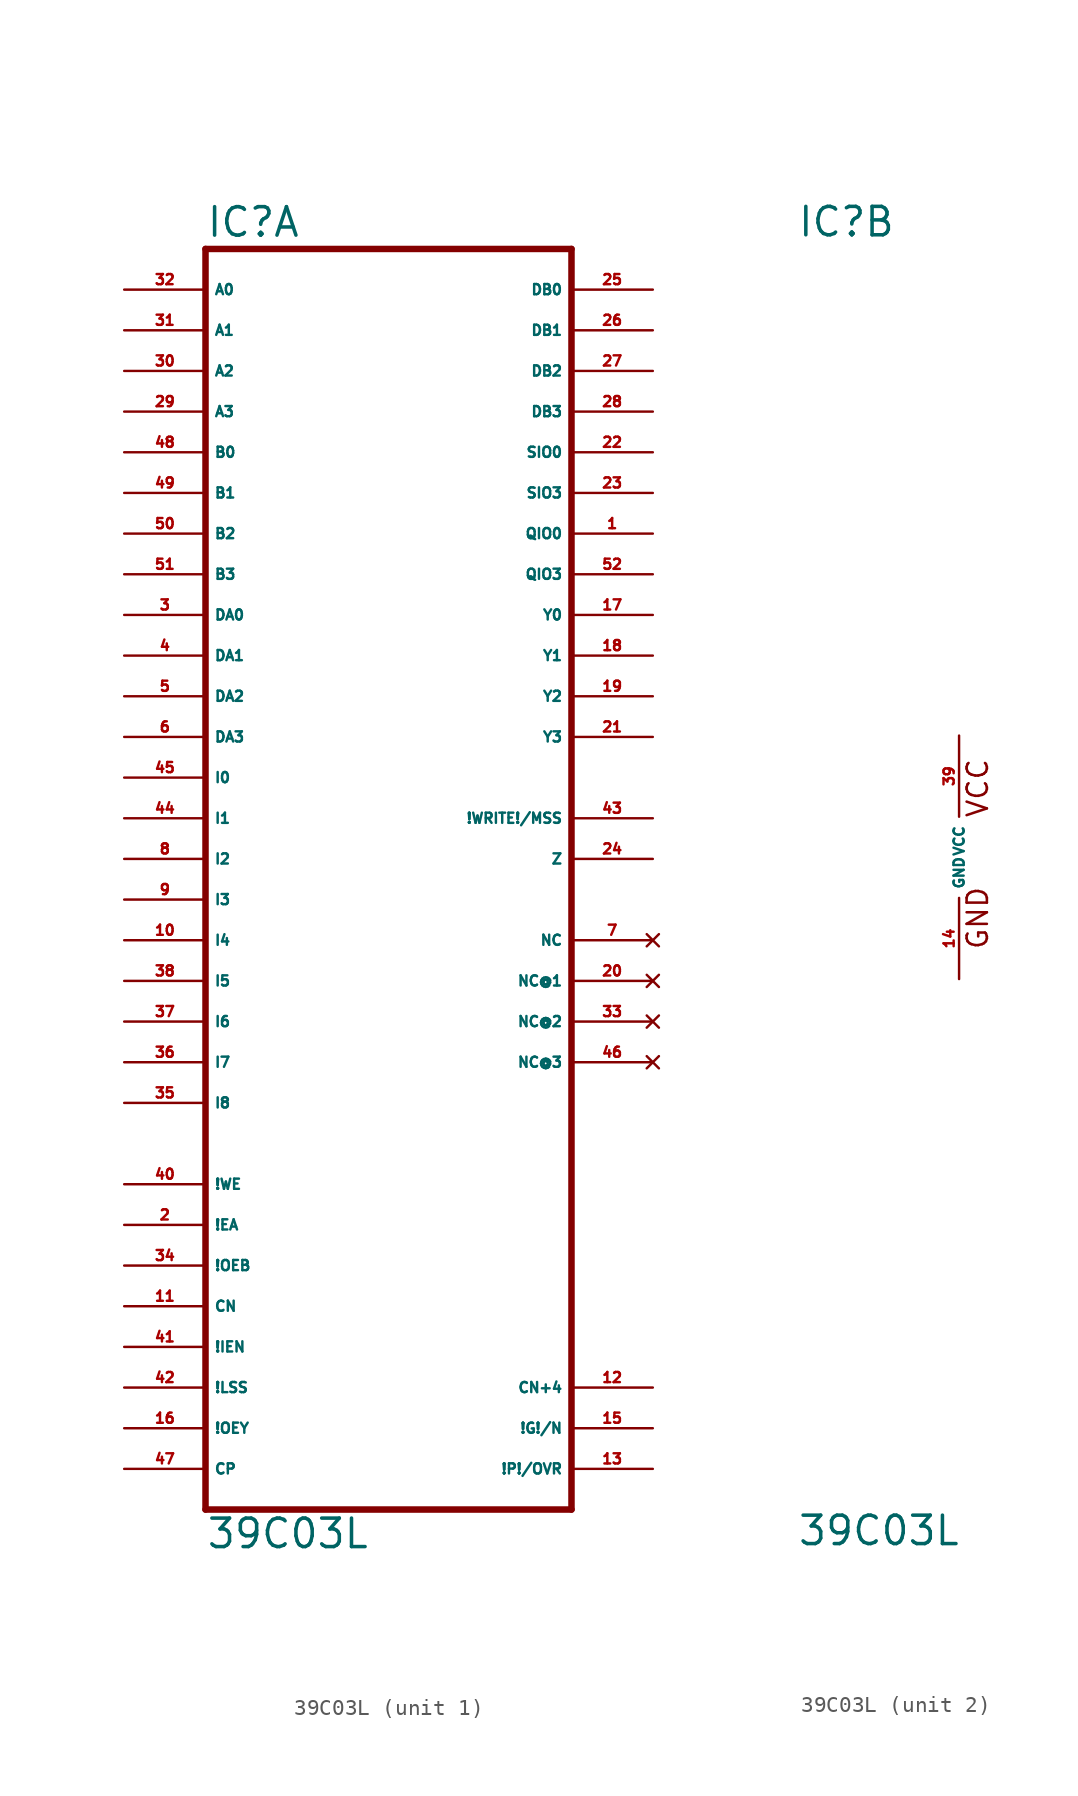
<source format=kicad_sym>
(kicad_symbol_lib
  (version 20220914)
  (generator Eagle2Kicad)
  (symbol "39C03L"
    (property "Reference" "IC"
      (at -10.16 38.735 0)
      (effects (font (size 1.778 1.778) (thickness 0.22)) (justify left bottom)))
    (property "Value" "39C03L"
      (at -10.16 -43.18 0)
      (effects (font (size 1.778 1.778) (thickness 0.22)) (justify left bottom)))
    (symbol "39C03L_1_0"
      (polyline (pts (xy -10.16 -40.64) (xy 12.7 -40.64)) (stroke (width 0.406) (type default)) (fill (type none)))
      (polyline (pts (xy 12.7 -40.64) (xy 12.7 38.1)) (stroke (width 0.406) (type default)) (fill (type none)))
      (polyline (pts (xy 12.7 38.1) (xy -10.16 38.1)) (stroke (width 0.406) (type default)) (fill (type none)))
      (polyline (pts (xy -10.16 38.1) (xy -10.16 -40.64)) (stroke (width 0.406) (type default)) (fill (type none)))
      (pin input line (at -15.24 35.56 0) (length 5.08) (name "A0" (effects (font (size 0.635 0.635) (thickness 0.08)) (justify left bottom))) (number "32" (effects (font (size 0.635 0.635) (thickness 0.08)) (justify left bottom))))
      (pin input line (at -15.24 33.02 0) (length 5.08) (name "A1" (effects (font (size 0.635 0.635) (thickness 0.08)) (justify left bottom))) (number "31" (effects (font (size 0.635 0.635) (thickness 0.08)) (justify left bottom))))
      (pin input line (at -15.24 30.48 0) (length 5.08) (name "A2" (effects (font (size 0.635 0.635) (thickness 0.08)) (justify left bottom))) (number "30" (effects (font (size 0.635 0.635) (thickness 0.08)) (justify left bottom))))
      (pin input line (at -15.24 27.94 0) (length 5.08) (name "A3" (effects (font (size 0.635 0.635) (thickness 0.08)) (justify left bottom))) (number "29" (effects (font (size 0.635 0.635) (thickness 0.08)) (justify left bottom))))
      (pin input line (at -15.24 25.4 0) (length 5.08) (name "B0" (effects (font (size 0.635 0.635) (thickness 0.08)) (justify left bottom))) (number "48" (effects (font (size 0.635 0.635) (thickness 0.08)) (justify left bottom))))
      (pin input line (at -15.24 22.86 0) (length 5.08) (name "B1" (effects (font (size 0.635 0.635) (thickness 0.08)) (justify left bottom))) (number "49" (effects (font (size 0.635 0.635) (thickness 0.08)) (justify left bottom))))
      (pin input line (at -15.24 20.32 0) (length 5.08) (name "B2" (effects (font (size 0.635 0.635) (thickness 0.08)) (justify left bottom))) (number "50" (effects (font (size 0.635 0.635) (thickness 0.08)) (justify left bottom))))
      (pin input line (at -15.24 17.78 0) (length 5.08) (name "B3" (effects (font (size 0.635 0.635) (thickness 0.08)) (justify left bottom))) (number "51" (effects (font (size 0.635 0.635) (thickness 0.08)) (justify left bottom))))
      (pin input line (at -15.24 15.24 0) (length 5.08) (name "DA0" (effects (font (size 0.635 0.635) (thickness 0.08)) (justify left bottom))) (number "3" (effects (font (size 0.635 0.635) (thickness 0.08)) (justify left bottom))))
      (pin input line (at -15.24 12.7 0) (length 5.08) (name "DA1" (effects (font (size 0.635 0.635) (thickness 0.08)) (justify left bottom))) (number "4" (effects (font (size 0.635 0.635) (thickness 0.08)) (justify left bottom))))
      (pin input line (at -15.24 10.16 0) (length 5.08) (name "DA2" (effects (font (size 0.635 0.635) (thickness 0.08)) (justify left bottom))) (number "5" (effects (font (size 0.635 0.635) (thickness 0.08)) (justify left bottom))))
      (pin input line (at -15.24 7.62 0) (length 5.08) (name "DA3" (effects (font (size 0.635 0.635) (thickness 0.08)) (justify left bottom))) (number "6" (effects (font (size 0.635 0.635) (thickness 0.08)) (justify left bottom))))
      (pin input line (at -15.24 -20.32 0) (length 5.08) (name "!WE" (effects (font (size 0.635 0.635) (thickness 0.08)) (justify left bottom))) (number "40" (effects (font (size 0.635 0.635) (thickness 0.08)) (justify left bottom))))
      (pin input line (at -15.24 -22.86 0) (length 5.08) (name "!EA" (effects (font (size 0.635 0.635) (thickness 0.08)) (justify left bottom))) (number "2" (effects (font (size 0.635 0.635) (thickness 0.08)) (justify left bottom))))
      (pin input line (at -15.24 -25.4 0) (length 5.08) (name "!OEB" (effects (font (size 0.635 0.635) (thickness 0.08)) (justify left bottom))) (number "34" (effects (font (size 0.635 0.635) (thickness 0.08)) (justify left bottom))))
      (pin input line (at -15.24 -27.94 0) (length 5.08) (name "CN" (effects (font (size 0.635 0.635) (thickness 0.08)) (justify left bottom))) (number "11" (effects (font (size 0.635 0.635) (thickness 0.08)) (justify left bottom))))
      (pin input line (at -15.24 5.08 0) (length 5.08) (name "I0" (effects (font (size 0.635 0.635) (thickness 0.08)) (justify left bottom))) (number "45" (effects (font (size 0.635 0.635) (thickness 0.08)) (justify left bottom))))
      (pin input line (at -15.24 2.54 0) (length 5.08) (name "I1" (effects (font (size 0.635 0.635) (thickness 0.08)) (justify left bottom))) (number "44" (effects (font (size 0.635 0.635) (thickness 0.08)) (justify left bottom))))
      (pin input line (at -15.24 0 0) (length 5.08) (name "I2" (effects (font (size 0.635 0.635) (thickness 0.08)) (justify left bottom))) (number "8" (effects (font (size 0.635 0.635) (thickness 0.08)) (justify left bottom))))
      (pin input line (at -15.24 -2.54 0) (length 5.08) (name "I3" (effects (font (size 0.635 0.635) (thickness 0.08)) (justify left bottom))) (number "9" (effects (font (size 0.635 0.635) (thickness 0.08)) (justify left bottom))))
      (pin input line (at -15.24 -5.08 0) (length 5.08) (name "I4" (effects (font (size 0.635 0.635) (thickness 0.08)) (justify left bottom))) (number "10" (effects (font (size 0.635 0.635) (thickness 0.08)) (justify left bottom))))
      (pin input line (at -15.24 -7.62 0) (length 5.08) (name "I5" (effects (font (size 0.635 0.635) (thickness 0.08)) (justify left bottom))) (number "38" (effects (font (size 0.635 0.635) (thickness 0.08)) (justify left bottom))))
      (pin input line (at -15.24 -10.16 0) (length 5.08) (name "I6" (effects (font (size 0.635 0.635) (thickness 0.08)) (justify left bottom))) (number "37" (effects (font (size 0.635 0.635) (thickness 0.08)) (justify left bottom))))
      (pin input line (at -15.24 -12.7 0) (length 5.08) (name "I7" (effects (font (size 0.635 0.635) (thickness 0.08)) (justify left bottom))) (number "36" (effects (font (size 0.635 0.635) (thickness 0.08)) (justify left bottom))))
      (pin input line (at -15.24 -15.24 0) (length 5.08) (name "I8" (effects (font (size 0.635 0.635) (thickness 0.08)) (justify left bottom))) (number "35" (effects (font (size 0.635 0.635) (thickness 0.08)) (justify left bottom))))
      (pin input line (at -15.24 -30.48 0) (length 5.08) (name "!IEN" (effects (font (size 0.635 0.635) (thickness 0.08)) (justify left bottom))) (number "41" (effects (font (size 0.635 0.635) (thickness 0.08)) (justify left bottom))))
      (pin input line (at -15.24 -33.02 0) (length 5.08) (name "!LSS" (effects (font (size 0.635 0.635) (thickness 0.08)) (justify left bottom))) (number "42" (effects (font (size 0.635 0.635) (thickness 0.08)) (justify left bottom))))
      (pin input line (at -15.24 -35.56 0) (length 5.08) (name "!OEY" (effects (font (size 0.635 0.635) (thickness 0.08)) (justify left bottom))) (number "16" (effects (font (size 0.635 0.635) (thickness 0.08)) (justify left bottom))))
      (pin bidirectional line (at 17.78 35.56 180) (length 5.08) (name "DB0" (effects (font (size 0.635 0.635) (thickness 0.08)) (justify left bottom))) (number "25" (effects (font (size 0.635 0.635) (thickness 0.08)) (justify left bottom))))
      (pin bidirectional line (at 17.78 33.02 180) (length 5.08) (name "DB1" (effects (font (size 0.635 0.635) (thickness 0.08)) (justify left bottom))) (number "26" (effects (font (size 0.635 0.635) (thickness 0.08)) (justify left bottom))))
      (pin bidirectional line (at 17.78 30.48 180) (length 5.08) (name "DB2" (effects (font (size 0.635 0.635) (thickness 0.08)) (justify left bottom))) (number "27" (effects (font (size 0.635 0.635) (thickness 0.08)) (justify left bottom))))
      (pin bidirectional line (at 17.78 27.94 180) (length 5.08) (name "DB3" (effects (font (size 0.635 0.635) (thickness 0.08)) (justify left bottom))) (number "28" (effects (font (size 0.635 0.635) (thickness 0.08)) (justify left bottom))))
      (pin bidirectional line (at 17.78 25.4 180) (length 5.08) (name "SIO0" (effects (font (size 0.635 0.635) (thickness 0.08)) (justify left bottom))) (number "22" (effects (font (size 0.635 0.635) (thickness 0.08)) (justify left bottom))))
      (pin bidirectional line (at 17.78 22.86 180) (length 5.08) (name "SIO3" (effects (font (size 0.635 0.635) (thickness 0.08)) (justify left bottom))) (number "23" (effects (font (size 0.635 0.635) (thickness 0.08)) (justify left bottom))))
      (pin bidirectional line (at 17.78 17.78 180) (length 5.08) (name "QIO3" (effects (font (size 0.635 0.635) (thickness 0.08)) (justify left bottom))) (number "52" (effects (font (size 0.635 0.635) (thickness 0.08)) (justify left bottom))))
      (pin bidirectional line (at 17.78 20.32 180) (length 5.08) (name "QIO0" (effects (font (size 0.635 0.635) (thickness 0.08)) (justify left bottom))) (number "1" (effects (font (size 0.635 0.635) (thickness 0.08)) (justify left bottom))))
      (pin input line (at -15.24 -38.1 0) (length 5.08) (name "CP" (effects (font (size 0.635 0.635) (thickness 0.08)) (justify left bottom))) (number "47" (effects (font (size 0.635 0.635) (thickness 0.08)) (justify left bottom))))
      (pin bidirectional line (at 17.78 2.54 180) (length 5.08) (name "!WRITE!/MSS" (effects (font (size 0.635 0.635) (thickness 0.08)) (justify left bottom))) (number "43" (effects (font (size 0.635 0.635) (thickness 0.08)) (justify left bottom))))
      (pin bidirectional line (at 17.78 15.24 180) (length 5.08) (name "Y0" (effects (font (size 0.635 0.635) (thickness 0.08)) (justify left bottom))) (number "17" (effects (font (size 0.635 0.635) (thickness 0.08)) (justify left bottom))))
      (pin bidirectional line (at 17.78 12.7 180) (length 5.08) (name "Y1" (effects (font (size 0.635 0.635) (thickness 0.08)) (justify left bottom))) (number "18" (effects (font (size 0.635 0.635) (thickness 0.08)) (justify left bottom))))
      (pin bidirectional line (at 17.78 10.16 180) (length 5.08) (name "Y2" (effects (font (size 0.635 0.635) (thickness 0.08)) (justify left bottom))) (number "19" (effects (font (size 0.635 0.635) (thickness 0.08)) (justify left bottom))))
      (pin bidirectional line (at 17.78 7.62 180) (length 5.08) (name "Y3" (effects (font (size 0.635 0.635) (thickness 0.08)) (justify left bottom))) (number "21" (effects (font (size 0.635 0.635) (thickness 0.08)) (justify left bottom))))
      (pin output line (at 17.78 -38.1 180) (length 5.08) (name "!P!/OVR" (effects (font (size 0.635 0.635) (thickness 0.08)) (justify left bottom))) (number "13" (effects (font (size 0.635 0.635) (thickness 0.08)) (justify left bottom))))
      (pin output line (at 17.78 -35.56 180) (length 5.08) (name "!G!/N" (effects (font (size 0.635 0.635) (thickness 0.08)) (justify left bottom))) (number "15" (effects (font (size 0.635 0.635) (thickness 0.08)) (justify left bottom))))
      (pin output line (at 17.78 -33.02 180) (length 5.08) (name "CN+4" (effects (font (size 0.635 0.635) (thickness 0.08)) (justify left bottom))) (number "12" (effects (font (size 0.635 0.635) (thickness 0.08)) (justify left bottom))))
      (pin bidirectional line (at 17.78 0 180) (length 5.08) (name "Z" (effects (font (size 0.635 0.635) (thickness 0.08)) (justify left bottom))) (number "24" (effects (font (size 0.635 0.635) (thickness 0.08)) (justify left bottom))))
      (pin no_connect line (at 17.78 -5.08 180) (length 5.08) (name "NC" (effects (font (size 0.635 0.635) (thickness 0.08)) (justify left bottom) hide)) (number "7" (effects (font (size 0.635 0.635) (thickness 0.08)) (justify left bottom) hide)))
      (pin no_connect line (at 17.78 -7.62 180) (length 5.08) (name "NC@1" (effects (font (size 0.635 0.635) (thickness 0.08)) (justify left bottom) hide)) (number "20" (effects (font (size 0.635 0.635) (thickness 0.08)) (justify left bottom) hide)))
      (pin no_connect line (at 17.78 -10.16 180) (length 5.08) (name "NC@2" (effects (font (size 0.635 0.635) (thickness 0.08)) (justify left bottom) hide)) (number "33" (effects (font (size 0.635 0.635) (thickness 0.08)) (justify left bottom) hide)))
      (pin no_connect line (at 17.78 -12.7 180) (length 5.08) (name "NC@3" (effects (font (size 0.635 0.635) (thickness 0.08)) (justify left bottom) hide)) (number "46" (effects (font (size 0.635 0.635) (thickness 0.08)) (justify left bottom) hide))))
    (symbol "39C03L_2_0"
      (text "GND" (at 1.905 -5.842 900) (effects (font (size 1.27 1.27) (thickness 0.16)) (justify left bottom)))
      (text "VCC" (at 1.905 2.413 900) (effects (font (size 1.27 1.27) (thickness 0.16)) (justify left bottom)))
      (pin unspecified line (at 0 7.62 270) (length 5.08) (name "VCC" (effects (font (size 0.635 0.635) (thickness 0.08)) (justify left bottom))) (number "39" (effects (font (size 0.635 0.635) (thickness 0.08)) (justify left bottom))))
      (pin unspecified line (at 0 -7.62 90) (length 5.08) (name "GND" (effects (font (size 0.635 0.635) (thickness 0.08)) (justify left bottom))) (number "14" (effects (font (size 0.635 0.635) (thickness 0.08)) (justify left bottom)))))))
</source>
